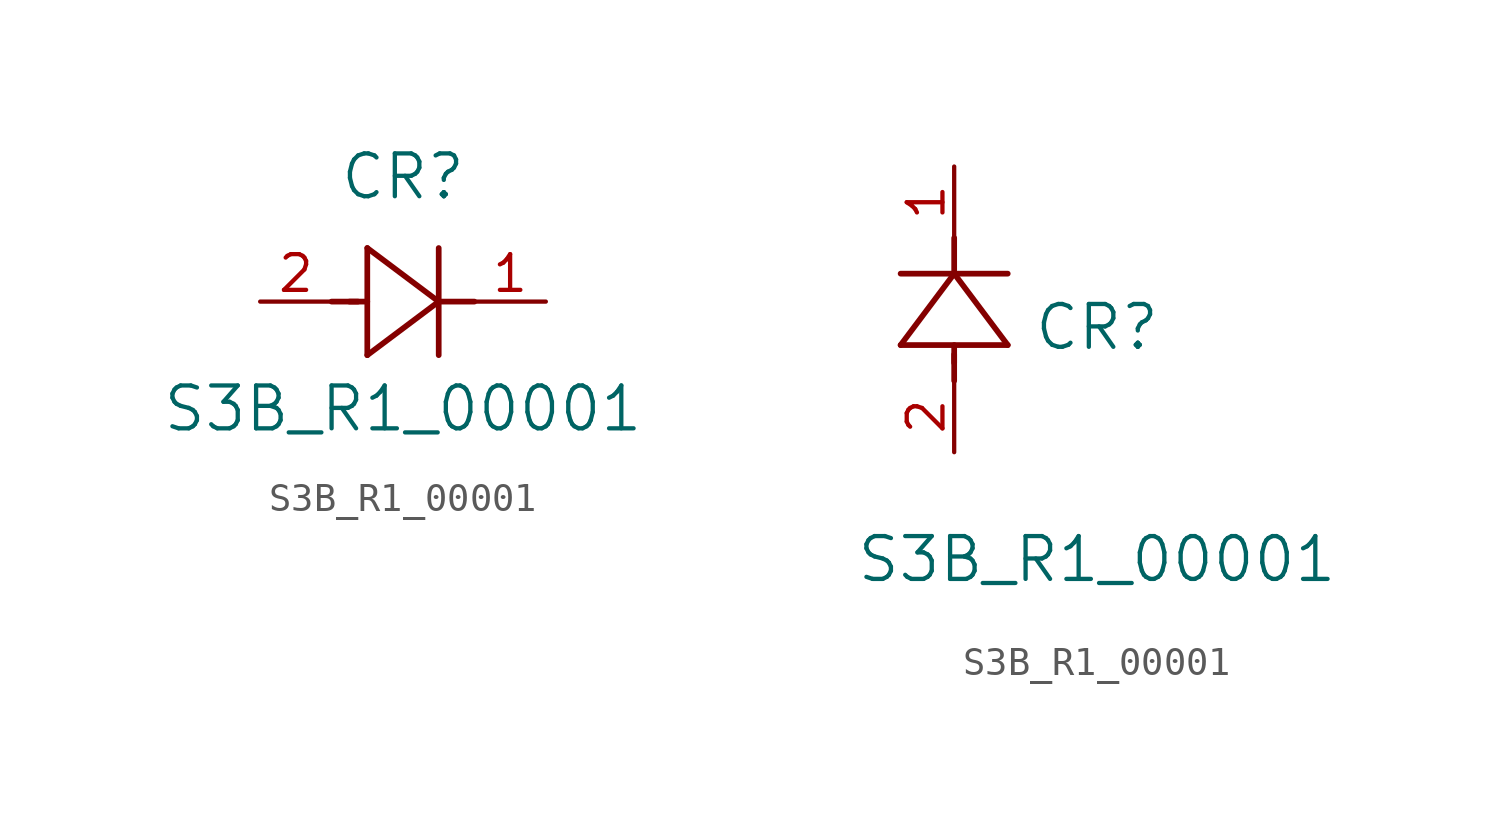
<source format=kicad_sym>
(kicad_symbol_lib
  (version 20231120)
  (generator "kicad_symbol_editor")
  (generator_version "8.0")
  (symbol "S3B_R1_00001"
    (pin_names
      (offset 0.254))
    (property "Reference" "CR"
      (at 5.08 4.445 0)
      (effects (font (size 1.524 1.524))))
    (property "Value" "S3B_R1_00001"
      (at 5.08 -3.81 0)
      (effects (font (size 1.524 1.524))))
    (property "ki_locked" ""
      (at 0 0 0)
      (effects (font (size 1.27 1.27))))
    (symbol "S3B_R1_00001_1_1"
      (polyline (pts (xy 2.54 0) (xy 3.48 0)) (stroke (width 0.203) (type default)) (fill (type none)))
      (polyline (pts (xy 3.175 0) (xy 3.81 0)) (stroke (width 0.203) (type default)) (fill (type none)))
      (polyline (pts (xy 3.81 -1.905) (xy 6.35 0)) (stroke (width 0.203) (type default)) (fill (type none)))
      (polyline (pts (xy 3.81 1.905) (xy 3.81 -1.905)) (stroke (width 0.203) (type default)) (fill (type none)))
      (polyline (pts (xy 6.35 -1.905) (xy 6.35 1.905)) (stroke (width 0.203) (type default)) (fill (type none)))
      (polyline (pts (xy 6.35 0) (xy 3.81 1.905)) (stroke (width 0.203) (type default)) (fill (type none)))
      (polyline (pts (xy 6.35 0) (xy 7.62 0)) (stroke (width 0.203) (type default)) (fill (type none)))
      (pin unspecified line (at 10.16 0 180) (length 2.54) (name "" (effects (font (size 1.27 1.27)))) (number "1" (effects (font (size 1.27 1.27)))))
      (pin unspecified line (at 0 0 0) (length 2.54) (name "" (effects (font (size 1.27 1.27)))) (number "2" (effects (font (size 1.27 1.27))))))
    (symbol "S3B_R1_00001_1_2"
      (polyline (pts (xy -1.905 3.81) (xy 1.905 3.81)) (stroke (width 0.203) (type default)) (fill (type none)))
      (polyline (pts (xy 0 2.54) (xy 0 3.48)) (stroke (width 0.203) (type default)) (fill (type none)))
      (polyline (pts (xy 0 3.175) (xy 0 3.81)) (stroke (width 0.203) (type default)) (fill (type none)))
      (polyline (pts (xy 0 6.35) (xy -1.905 3.81)) (stroke (width 0.203) (type default)) (fill (type none)))
      (polyline (pts (xy 0 6.35) (xy 0 7.62)) (stroke (width 0.203) (type default)) (fill (type none)))
      (polyline (pts (xy 1.905 3.81) (xy 0 6.35)) (stroke (width 0.203) (type default)) (fill (type none)))
      (polyline (pts (xy 1.905 6.35) (xy -1.905 6.35)) (stroke (width 0.203) (type default)) (fill (type none)))
      (pin unspecified line (at 0 10.16 270) (length 2.54) (name "" (effects (font (size 1.27 1.27)))) (number "1" (effects (font (size 1.27 1.27)))))
      (pin unspecified line (at 0 0 90) (length 2.54) (name "" (effects (font (size 1.27 1.27)))) (number "2" (effects (font (size 1.27 1.27))))))))
</source>
